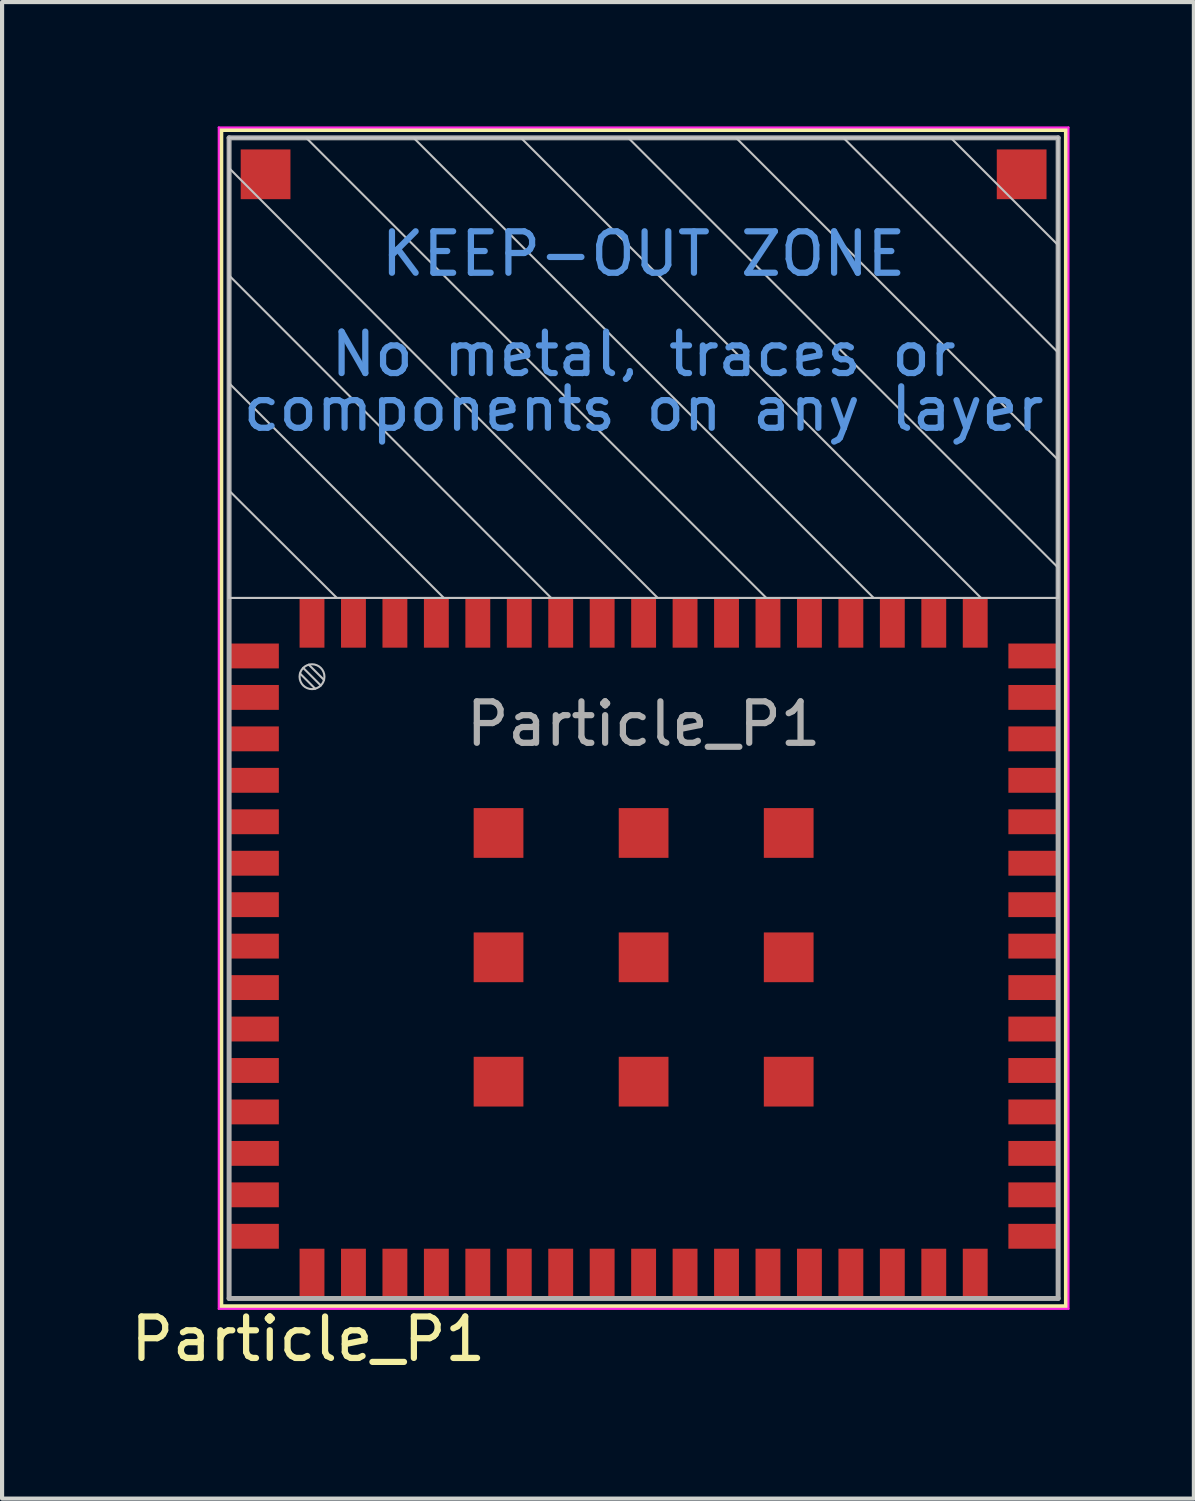
<source format=kicad_pcb>
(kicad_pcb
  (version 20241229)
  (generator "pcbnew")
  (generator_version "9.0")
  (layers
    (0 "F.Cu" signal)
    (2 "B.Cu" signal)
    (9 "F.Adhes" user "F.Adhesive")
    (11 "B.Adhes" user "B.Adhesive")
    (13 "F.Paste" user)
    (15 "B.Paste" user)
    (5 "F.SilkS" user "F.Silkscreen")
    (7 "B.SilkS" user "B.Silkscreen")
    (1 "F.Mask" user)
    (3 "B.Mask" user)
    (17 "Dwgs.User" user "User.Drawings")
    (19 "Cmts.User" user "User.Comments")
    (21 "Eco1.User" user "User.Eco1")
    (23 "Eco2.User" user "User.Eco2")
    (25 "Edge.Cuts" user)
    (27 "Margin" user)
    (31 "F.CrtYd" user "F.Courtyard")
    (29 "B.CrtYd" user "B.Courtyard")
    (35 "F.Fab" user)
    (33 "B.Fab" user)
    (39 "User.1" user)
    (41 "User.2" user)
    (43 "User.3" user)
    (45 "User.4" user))
  (footprint "Particle_P1"
    (layer "F.Cu")
    (at 12.477 14.415)
    (property "Reference" "Particle_P1" (at -8.09 14.84 180) (layer "F.SilkS") (effects (font (size 1 1) (thickness 0.15))))
    (attr smd)
    (fp_line (start -10.2 -14.34) (end 10.2 -14.34) (stroke (width 0.12) (type solid)) (layer "F.SilkS"))
    (fp_line (start -10.2 14.06) (end -10.2 -14.34) (stroke (width 0.12) (type solid)) (layer "F.SilkS"))
    (fp_line (start 10.2 -14.34) (end 10.2 14.06) (stroke (width 0.12) (type solid)) (layer "F.SilkS"))
    (fp_line (start 10.2 14.06) (end -10.2 14.06) (stroke (width 0.12) (type solid)) (layer "F.SilkS"))
    (fp_line (start -10 -14.14) (end 10 -14.14) (stroke (width 0.05) (type solid)) (layer "Dwgs.User"))
    (fp_line (start -10 -13.41) (end 0.34 -3.04) (stroke (width 0.05) (type solid)) (layer "Dwgs.User"))
    (fp_line (start -10 -10.82) (end -2.23 -3.04) (stroke (width 0.05) (type solid)) (layer "Dwgs.User"))
    (fp_line (start -10 -8.22) (end -4.82 -3.04) (stroke (width 0.05) (type solid)) (layer "Dwgs.User"))
    (fp_line (start -10 -5.63) (end -7.4 -3.04) (stroke (width 0.05) (type solid)) (layer "Dwgs.User"))
    (fp_line (start -10 -3.04) (end -10 -14.14) (stroke (width 0.05) (type solid)) (layer "Dwgs.User"))
    (fp_line (start -8.29 -1.218) (end -7.922 -0.85) (stroke (width 0.05) (type solid)) (layer "Dwgs.User"))
    (fp_line (start -8.212 -1.352) (end -7.788 -0.928) (stroke (width 0.05) (type solid)) (layer "Dwgs.User"))
    (fp_line (start -8.078 -1.43) (end -7.71 -1.062) (stroke (width 0.05) (type solid)) (layer "Dwgs.User"))
    (fp_line (start 2.96 -3.04) (end -8.14 -14.14) (stroke (width 0.05) (type solid)) (layer "Dwgs.User"))
    (fp_line (start 5.55 -3.04) (end -5.55 -14.14) (stroke (width 0.05) (type solid)) (layer "Dwgs.User"))
    (fp_line (start 8.14 -3.04) (end -2.96 -14.14) (stroke (width 0.05) (type solid)) (layer "Dwgs.User"))
    (fp_line (start 10 -14.14) (end 10 -3.04) (stroke (width 0.05) (type solid)) (layer "Dwgs.User"))
    (fp_line (start 10 -11.55) (end 7.41 -14.14) (stroke (width 0.05) (type solid)) (layer "Dwgs.User"))
    (fp_line (start 10 -8.96) (end 4.82 -14.14) (stroke (width 0.05) (type solid)) (layer "Dwgs.User"))
    (fp_line (start 10 -6.37) (end 2.23 -14.14) (stroke (width 0.05) (type solid)) (layer "Dwgs.User"))
    (fp_line (start 10 -3.77) (end -0.37 -14.14) (stroke (width 0.05) (type solid)) (layer "Dwgs.User"))
    (fp_line (start 10 -3.04) (end -10 -3.04) (stroke (width 0.05) (type solid)) (layer "Dwgs.User"))
    (fp_circle (center -8 -1.14) (end -7.7 -1.14) (stroke (width 0.05) (type solid)) (fill no) (layer "Dwgs.User"))
    (fp_line (start -10.25 14.11) (end -10.25 -14.39) (stroke (width 0.05) (type solid)) (layer "F.CrtYd"))
    (fp_line (start -10.25 14.11) (end 10.25 14.11) (stroke (width 0.05) (type solid)) (layer "F.CrtYd"))
    (fp_line (start 10.25 -14.39) (end -10.25 -14.39) (stroke (width 0.05) (type solid)) (layer "F.CrtYd"))
    (fp_line (start 10.25 -14.39) (end 10.25 14.11) (stroke (width 0.05) (type solid)) (layer "F.CrtYd"))
    (fp_line (start -10 13.86) (end -10 -14.14) (stroke (width 0.12) (type solid)) (layer "F.Fab"))
    (fp_line (start -10 13.86) (end 10 13.86) (stroke (width 0.12) (type solid)) (layer "F.Fab"))
    (fp_line (start 10 -14.14) (end -10 -14.14) (stroke (width 0.12) (type solid)) (layer "F.Fab"))
    (fp_line (start 10 13.86) (end 10 -14.14) (stroke (width 0.12) (type solid)) (layer "F.Fab"))
    (fp_text user "KEEP-OUT ZONE" (at 0 -11.34 0) (layer "Cmts.User") (effects (font (size 1 1) (thickness 0.15))))
    (fp_text user "No metal, traces or" (at 0 -8.92 0) (layer "Cmts.User") (effects (font (size 1 1) (thickness 0.15))))
    (fp_text user "components on any layer" (at 0 -7.6 0) (layer "Cmts.User") (effects (font (size 1 1) (thickness 0.15))))
    (fp_text user "${REFERENCE}" (at 0 0 0) (layer "F.Fab") (effects (font (size 1 1) (thickness 0.15))))
    (pad "1" smd rect (at -9.4 -1.64 270) (size 0.6 1.2) (layers "F.Cu" "F.Mask" "F.Paste"))
    (pad "2" smd rect (at -9.4 -0.64 270) (size 0.6 1.2) (layers "F.Cu" "F.Mask" "F.Paste"))
    (pad "3" smd rect (at -9.4 0.36 270) (size 0.6 1.2) (layers "F.Cu" "F.Mask" "F.Paste"))
    (pad "4" smd rect (at -9.4 1.36 270) (size 0.6 1.2) (layers "F.Cu" "F.Mask" "F.Paste"))
    (pad "5" smd rect (at -9.4 2.36 270) (size 0.6 1.2) (layers "F.Cu" "F.Mask" "F.Paste"))
    (pad "6" smd rect (at -9.4 3.36 270) (size 0.6 1.2) (layers "F.Cu" "F.Mask" "F.Paste"))
    (pad "7" smd rect (at -9.4 4.36 270) (size 0.6 1.2) (layers "F.Cu" "F.Mask" "F.Paste"))
    (pad "8" smd rect (at -9.4 5.36 270) (size 0.6 1.2) (layers "F.Cu" "F.Mask" "F.Paste"))
    (pad "9" smd rect (at -9.4 6.36 270) (size 0.6 1.2) (layers "F.Cu" "F.Mask" "F.Paste"))
    (pad "10" smd rect (at -9.4 7.36 270) (size 0.6 1.2) (layers "F.Cu" "F.Mask" "F.Paste"))
    (pad "11" smd rect (at -9.4 8.36 270) (size 0.6 1.2) (layers "F.Cu" "F.Mask" "F.Paste"))
    (pad "12" smd rect (at -9.4 9.36 270) (size 0.6 1.2) (layers "F.Cu" "F.Mask" "F.Paste"))
    (pad "13" smd rect (at -9.4 10.36 270) (size 0.6 1.2) (layers "F.Cu" "F.Mask" "F.Paste"))
    (pad "14" smd rect (at -9.4 11.36 270) (size 0.6 1.2) (layers "F.Cu" "F.Mask" "F.Paste"))
    (pad "15" smd rect (at -9.4 12.36 270) (size 0.6 1.2) (layers "F.Cu" "F.Mask" "F.Paste"))
    (pad "16" smd rect (at -8 13.26 270) (size 1.2 0.6) (layers "F.Cu" "F.Mask" "F.Paste"))
    (pad "17" smd rect (at -7 13.26 270) (size 1.2 0.6) (layers "F.Cu" "F.Mask" "F.Paste"))
    (pad "18" smd rect (at -6 13.26 270) (size 1.2 0.6) (layers "F.Cu" "F.Mask" "F.Paste"))
    (pad "19" smd rect (at -5 13.26 270) (size 1.2 0.6) (layers "F.Cu" "F.Mask" "F.Paste"))
    (pad "20" smd rect (at -4 13.26 270) (size 1.2 0.6) (layers "F.Cu" "F.Mask" "F.Paste"))
    (pad "21" smd rect (at -3 13.26 270) (size 1.2 0.6) (layers "F.Cu" "F.Mask" "F.Paste"))
    (pad "22" smd rect (at -2 13.26 270) (size 1.2 0.6) (layers "F.Cu" "F.Mask" "F.Paste"))
    (pad "23" smd rect (at -1 13.26 270) (size 1.2 0.6) (layers "F.Cu" "F.Mask" "F.Paste"))
    (pad "24" smd rect (at 0 13.26 270) (size 1.2 0.6) (layers "F.Cu" "F.Mask" "F.Paste"))
    (pad "25" smd rect (at 1 13.26 270) (size 1.2 0.6) (layers "F.Cu" "F.Mask" "F.Paste"))
    (pad "26" smd rect (at 2 13.26 270) (size 1.2 0.6) (layers "F.Cu" "F.Mask" "F.Paste"))
    (pad "27" smd rect (at 3 13.26 270) (size 1.2 0.6) (layers "F.Cu" "F.Mask" "F.Paste"))
    (pad "28" smd rect (at 4 13.26 270) (size 1.2 0.6) (layers "F.Cu" "F.Mask" "F.Paste"))
    (pad "29" smd rect (at 5 13.26 270) (size 1.2 0.6) (layers "F.Cu" "F.Mask" "F.Paste"))
    (pad "30" smd rect (at 6 13.26 270) (size 1.2 0.6) (layers "F.Cu" "F.Mask" "F.Paste"))
    (pad "31" smd rect (at 7 13.26 270) (size 1.2 0.6) (layers "F.Cu" "F.Mask" "F.Paste"))
    (pad "32" smd rect (at 8 13.26 270) (size 1.2 0.6) (layers "F.Cu" "F.Mask" "F.Paste"))
    (pad "33" smd rect (at 9.4 12.36 270) (size 0.6 1.2) (layers "F.Cu" "F.Mask" "F.Paste"))
    (pad "34" smd rect (at 9.4 11.36 270) (size 0.6 1.2) (layers "F.Cu" "F.Mask" "F.Paste"))
    (pad "35" smd rect (at 9.4 10.36 270) (size 0.6 1.2) (layers "F.Cu" "F.Mask" "F.Paste"))
    (pad "36" smd rect (at 9.4 9.36 270) (size 0.6 1.2) (layers "F.Cu" "F.Mask" "F.Paste"))
    (pad "37" smd rect (at 9.4 8.36 270) (size 0.6 1.2) (layers "F.Cu" "F.Mask" "F.Paste"))
    (pad "38" smd rect (at 9.4 7.36 270) (size 0.6 1.2) (layers "F.Cu" "F.Mask" "F.Paste"))
    (pad "39" smd rect (at 9.4 6.36 270) (size 0.6 1.2) (layers "F.Cu" "F.Mask" "F.Paste"))
    (pad "40" smd rect (at 9.4 5.36 270) (size 0.6 1.2) (layers "F.Cu" "F.Mask" "F.Paste"))
    (pad "41" smd rect (at 9.4 4.36 270) (size 0.6 1.2) (layers "F.Cu" "F.Mask" "F.Paste"))
    (pad "42" smd rect (at 9.4 3.36 270) (size 0.6 1.2) (layers "F.Cu" "F.Mask" "F.Paste"))
    (pad "43" smd rect (at 9.4 2.36 270) (size 0.6 1.2) (layers "F.Cu" "F.Mask" "F.Paste"))
    (pad "44" smd rect (at 9.4 1.36 270) (size 0.6 1.2) (layers "F.Cu" "F.Mask" "F.Paste"))
    (pad "45" smd rect (at 9.4 0.36 270) (size 0.6 1.2) (layers "F.Cu" "F.Mask" "F.Paste"))
    (pad "46" smd rect (at 9.4 -0.64 270) (size 0.6 1.2) (layers "F.Cu" "F.Mask" "F.Paste"))
    (pad "47" smd rect (at 9.4 -1.64 270) (size 0.6 1.2) (layers "F.Cu" "F.Mask" "F.Paste"))
    (pad "48" smd rect (at 8 -2.44 270) (size 1.2 0.6) (layers "F.Cu" "F.Mask" "F.Paste"))
    (pad "49" smd rect (at 7 -2.44 270) (size 1.2 0.6) (layers "F.Cu" "F.Mask" "F.Paste"))
    (pad "50" smd rect (at 6 -2.44 270) (size 1.2 0.6) (layers "F.Cu" "F.Mask" "F.Paste"))
    (pad "51" smd rect (at 5 -2.44 270) (size 1.2 0.6) (layers "F.Cu" "F.Mask" "F.Paste"))
    (pad "52" smd rect (at 4 -2.44 270) (size 1.2 0.6) (layers "F.Cu" "F.Mask" "F.Paste"))
    (pad "53" smd rect (at 3 -2.44 270) (size 1.2 0.6) (layers "F.Cu" "F.Mask" "F.Paste"))
    (pad "54" smd rect (at 2 -2.44 270) (size 1.2 0.6) (layers "F.Cu" "F.Mask" "F.Paste"))
    (pad "55" smd rect (at 1 -2.44 270) (size 1.2 0.6) (layers "F.Cu" "F.Mask" "F.Paste"))
    (pad "56" smd rect (at 0 -2.44 270) (size 1.2 0.6) (layers "F.Cu" "F.Mask" "F.Paste"))
    (pad "57" smd rect (at -1 -2.44 270) (size 1.2 0.6) (layers "F.Cu" "F.Mask" "F.Paste"))
    (pad "58" smd rect (at -2 -2.44 270) (size 1.2 0.6) (layers "F.Cu" "F.Mask" "F.Paste"))
    (pad "59" smd rect (at -3 -2.44 270) (size 1.2 0.6) (layers "F.Cu" "F.Mask" "F.Paste"))
    (pad "60" smd rect (at -4 -2.44 270) (size 1.2 0.6) (layers "F.Cu" "F.Mask" "F.Paste"))
    (pad "61" smd rect (at -5 -2.44 270) (size 1.2 0.6) (layers "F.Cu" "F.Mask" "F.Paste"))
    (pad "62" smd rect (at -6 -2.44 270) (size 1.2 0.6) (layers "F.Cu" "F.Mask" "F.Paste"))
    (pad "63" smd rect (at -7 -2.44 270) (size 1.2 0.6) (layers "F.Cu" "F.Mask" "F.Paste"))
    (pad "64" smd rect (at -8 -2.44 270) (size 1.2 0.6) (layers "F.Cu" "F.Mask" "F.Paste"))
    (pad "65" smd rect (at -3.5 2.63 270) (size 1.2 1.2) (layers "F.Cu" "F.Mask" "F.Paste"))
    (pad "66" smd rect (at -3.5 5.63 270) (size 1.2 1.2) (layers "F.Cu" "F.Mask" "F.Paste"))
    (pad "67" smd rect (at -3.5 8.63 270) (size 1.2 1.2) (layers "F.Cu" "F.Mask" "F.Paste"))
    (pad "68" smd rect (at 0 2.63 270) (size 1.2 1.2) (layers "F.Cu" "F.Mask" "F.Paste"))
    (pad "69" smd rect (at 0 5.63 270) (size 1.2 1.2) (layers "F.Cu" "F.Mask" "F.Paste"))
    (pad "70" smd rect (at 0 8.63 270) (size 1.2 1.2) (layers "F.Cu" "F.Mask" "F.Paste"))
    (pad "71" smd rect (at 3.5 2.63 270) (size 1.2 1.2) (layers "F.Cu" "F.Mask" "F.Paste"))
    (pad "72" smd rect (at 3.5 5.63 270) (size 1.2 1.2) (layers "F.Cu" "F.Mask" "F.Paste"))
    (pad "73" smd rect (at 3.5 8.63 270) (size 1.2 1.2) (layers "F.Cu" "F.Mask" "F.Paste"))
    (pad "74" smd rect (at 9.12 -13.26 270) (size 1.2 1.2) (layers "F.Cu" "F.Mask" "F.Paste"))
    (pad "75" smd rect (at -9.12 -13.26 270) (size 1.2 1.2) (layers "F.Cu" "F.Mask" "F.Paste")))
  (gr_rect
    (start -3 -3)
    (end 25.752 33.103)
    (stroke (width 0.1) (type default))
    (fill no)
    (layer "Edge.Cuts")))
</source>
